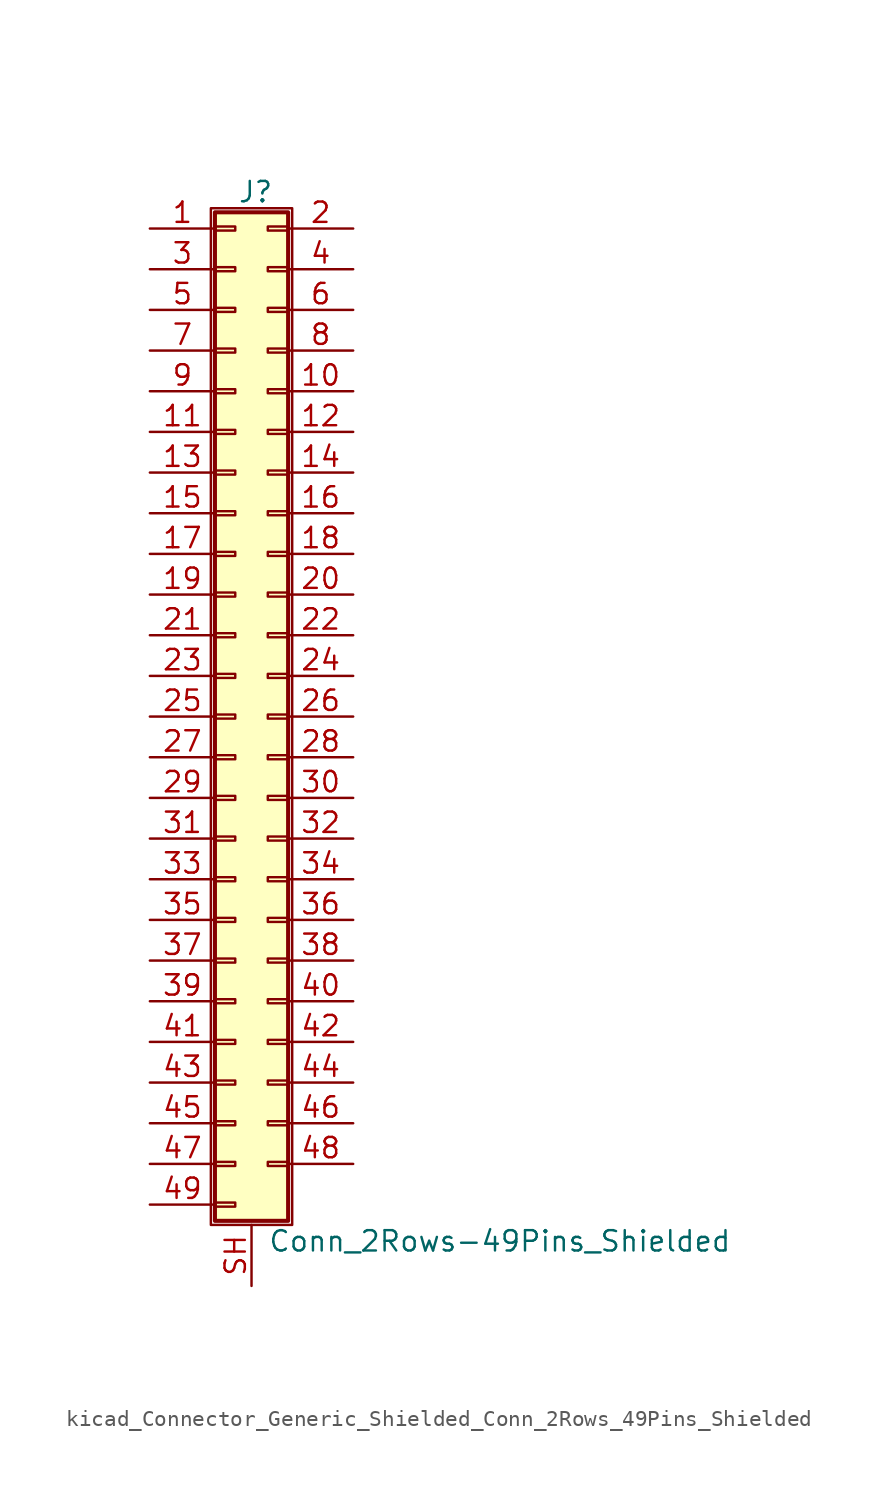
<source format=kicad_sym>
(kicad_symbol_lib
  (version 20220914)
  (generator kicad_symbol_editor)
  (symbol "kicad_Connector_Generic_Shielded_Conn_2Rows_49Pins_Shielded"
    (pin_names
      (offset 1.016) hide)
    (property "Reference" "J"
      (at 1.524 32.766 0)
      (effects (font (size 1.27 1.27))))
    (property "Value" "Conn_2Rows-49Pins_Shielded"
      (at 2.286 -32.766 0)
      (effects (font (size 1.27 1.27)) (justify left)))
    (symbol "kicad_Connector_Generic_Shielded_Conn_2Rows_49Pins_Shielded_1_1"
      (rectangle (start -1.27 31.75) (end 3.81 -31.75) (stroke (width 0.152) (type default)) (fill (type none)))
      (rectangle (start -1.016 -30.353) (end 0.254 -30.607) (stroke (width 0.152) (type default)) (fill (type none)))
      (rectangle (start -1.016 -27.813) (end 0.254 -28.067) (stroke (width 0.152) (type default)) (fill (type none)))
      (rectangle (start -1.016 -25.273) (end 0.254 -25.527) (stroke (width 0.152) (type default)) (fill (type none)))
      (rectangle (start -1.016 -22.733) (end 0.254 -22.987) (stroke (width 0.152) (type default)) (fill (type none)))
      (rectangle (start -1.016 -20.193) (end 0.254 -20.447) (stroke (width 0.152) (type default)) (fill (type none)))
      (rectangle (start -1.016 -17.653) (end 0.254 -17.907) (stroke (width 0.152) (type default)) (fill (type none)))
      (rectangle (start -1.016 -15.113) (end 0.254 -15.367) (stroke (width 0.152) (type default)) (fill (type none)))
      (rectangle (start -1.016 -12.573) (end 0.254 -12.827) (stroke (width 0.152) (type default)) (fill (type none)))
      (rectangle (start -1.016 -10.033) (end 0.254 -10.287) (stroke (width 0.152) (type default)) (fill (type none)))
      (rectangle (start -1.016 -7.493) (end 0.254 -7.747) (stroke (width 0.152) (type default)) (fill (type none)))
      (rectangle (start -1.016 -4.953) (end 0.254 -5.207) (stroke (width 0.152) (type default)) (fill (type none)))
      (rectangle (start -1.016 -2.413) (end 0.254 -2.667) (stroke (width 0.152) (type default)) (fill (type none)))
      (rectangle (start -1.016 0.127) (end 0.254 -0.127) (stroke (width 0.152) (type default)) (fill (type none)))
      (rectangle (start -1.016 2.667) (end 0.254 2.413) (stroke (width 0.152) (type default)) (fill (type none)))
      (rectangle (start -1.016 5.207) (end 0.254 4.953) (stroke (width 0.152) (type default)) (fill (type none)))
      (rectangle (start -1.016 7.747) (end 0.254 7.493) (stroke (width 0.152) (type default)) (fill (type none)))
      (rectangle (start -1.016 10.287) (end 0.254 10.033) (stroke (width 0.152) (type default)) (fill (type none)))
      (rectangle (start -1.016 12.827) (end 0.254 12.573) (stroke (width 0.152) (type default)) (fill (type none)))
      (rectangle (start -1.016 15.367) (end 0.254 15.113) (stroke (width 0.152) (type default)) (fill (type none)))
      (rectangle (start -1.016 17.907) (end 0.254 17.653) (stroke (width 0.152) (type default)) (fill (type none)))
      (rectangle (start -1.016 20.447) (end 0.254 20.193) (stroke (width 0.152) (type default)) (fill (type none)))
      (rectangle (start -1.016 22.987) (end 0.254 22.733) (stroke (width 0.152) (type default)) (fill (type none)))
      (rectangle (start -1.016 25.527) (end 0.254 25.273) (stroke (width 0.152) (type default)) (fill (type none)))
      (rectangle (start -1.016 28.067) (end 0.254 27.813) (stroke (width 0.152) (type default)) (fill (type none)))
      (rectangle (start -1.016 30.607) (end 0.254 30.353) (stroke (width 0.152) (type default)) (fill (type none)))
      (rectangle (start -1.016 31.496) (end 3.556 -31.496) (stroke (width 0.254) (type default)) (fill (type background)))
      (rectangle (start 3.556 -27.813) (end 2.286 -28.067) (stroke (width 0.152) (type default)) (fill (type none)))
      (rectangle (start 3.556 -25.273) (end 2.286 -25.527) (stroke (width 0.152) (type default)) (fill (type none)))
      (rectangle (start 3.556 -22.733) (end 2.286 -22.987) (stroke (width 0.152) (type default)) (fill (type none)))
      (rectangle (start 3.556 -20.193) (end 2.286 -20.447) (stroke (width 0.152) (type default)) (fill (type none)))
      (rectangle (start 3.556 -17.653) (end 2.286 -17.907) (stroke (width 0.152) (type default)) (fill (type none)))
      (rectangle (start 3.556 -15.113) (end 2.286 -15.367) (stroke (width 0.152) (type default)) (fill (type none)))
      (rectangle (start 3.556 -12.573) (end 2.286 -12.827) (stroke (width 0.152) (type default)) (fill (type none)))
      (rectangle (start 3.556 -10.033) (end 2.286 -10.287) (stroke (width 0.152) (type default)) (fill (type none)))
      (rectangle (start 3.556 -7.493) (end 2.286 -7.747) (stroke (width 0.152) (type default)) (fill (type none)))
      (rectangle (start 3.556 -4.953) (end 2.286 -5.207) (stroke (width 0.152) (type default)) (fill (type none)))
      (rectangle (start 3.556 -2.413) (end 2.286 -2.667) (stroke (width 0.152) (type default)) (fill (type none)))
      (rectangle (start 3.556 0.127) (end 2.286 -0.127) (stroke (width 0.152) (type default)) (fill (type none)))
      (rectangle (start 3.556 2.667) (end 2.286 2.413) (stroke (width 0.152) (type default)) (fill (type none)))
      (rectangle (start 3.556 5.207) (end 2.286 4.953) (stroke (width 0.152) (type default)) (fill (type none)))
      (rectangle (start 3.556 7.747) (end 2.286 7.493) (stroke (width 0.152) (type default)) (fill (type none)))
      (rectangle (start 3.556 10.287) (end 2.286 10.033) (stroke (width 0.152) (type default)) (fill (type none)))
      (rectangle (start 3.556 12.827) (end 2.286 12.573) (stroke (width 0.152) (type default)) (fill (type none)))
      (rectangle (start 3.556 15.367) (end 2.286 15.113) (stroke (width 0.152) (type default)) (fill (type none)))
      (rectangle (start 3.556 17.907) (end 2.286 17.653) (stroke (width 0.152) (type default)) (fill (type none)))
      (rectangle (start 3.556 20.447) (end 2.286 20.193) (stroke (width 0.152) (type default)) (fill (type none)))
      (rectangle (start 3.556 22.987) (end 2.286 22.733) (stroke (width 0.152) (type default)) (fill (type none)))
      (rectangle (start 3.556 25.527) (end 2.286 25.273) (stroke (width 0.152) (type default)) (fill (type none)))
      (rectangle (start 3.556 28.067) (end 2.286 27.813) (stroke (width 0.152) (type default)) (fill (type none)))
      (rectangle (start 3.556 30.607) (end 2.286 30.353) (stroke (width 0.152) (type default)) (fill (type none)))
      (pin passive line (at -5.08 30.48 0) (length 4.064) (name "Pin_1" (effects (font (size 1.27 1.27)))) (number "1" (effects (font (size 1.27 1.27)))))
      (pin passive line (at 7.62 20.32 180) (length 4.064) (name "Pin_10" (effects (font (size 1.27 1.27)))) (number "10" (effects (font (size 1.27 1.27)))))
      (pin passive line (at -5.08 17.78 0) (length 4.064) (name "Pin_11" (effects (font (size 1.27 1.27)))) (number "11" (effects (font (size 1.27 1.27)))))
      (pin passive line (at 7.62 17.78 180) (length 4.064) (name "Pin_12" (effects (font (size 1.27 1.27)))) (number "12" (effects (font (size 1.27 1.27)))))
      (pin passive line (at -5.08 15.24 0) (length 4.064) (name "Pin_13" (effects (font (size 1.27 1.27)))) (number "13" (effects (font (size 1.27 1.27)))))
      (pin passive line (at 7.62 15.24 180) (length 4.064) (name "Pin_14" (effects (font (size 1.27 1.27)))) (number "14" (effects (font (size 1.27 1.27)))))
      (pin passive line (at -5.08 12.7 0) (length 4.064) (name "Pin_15" (effects (font (size 1.27 1.27)))) (number "15" (effects (font (size 1.27 1.27)))))
      (pin passive line (at 7.62 12.7 180) (length 4.064) (name "Pin_16" (effects (font (size 1.27 1.27)))) (number "16" (effects (font (size 1.27 1.27)))))
      (pin passive line (at -5.08 10.16 0) (length 4.064) (name "Pin_17" (effects (font (size 1.27 1.27)))) (number "17" (effects (font (size 1.27 1.27)))))
      (pin passive line (at 7.62 10.16 180) (length 4.064) (name "Pin_18" (effects (font (size 1.27 1.27)))) (number "18" (effects (font (size 1.27 1.27)))))
      (pin passive line (at -5.08 7.62 0) (length 4.064) (name "Pin_19" (effects (font (size 1.27 1.27)))) (number "19" (effects (font (size 1.27 1.27)))))
      (pin passive line (at 7.62 30.48 180) (length 4.064) (name "Pin_2" (effects (font (size 1.27 1.27)))) (number "2" (effects (font (size 1.27 1.27)))))
      (pin passive line (at 7.62 7.62 180) (length 4.064) (name "Pin_20" (effects (font (size 1.27 1.27)))) (number "20" (effects (font (size 1.27 1.27)))))
      (pin passive line (at -5.08 5.08 0) (length 4.064) (name "Pin_21" (effects (font (size 1.27 1.27)))) (number "21" (effects (font (size 1.27 1.27)))))
      (pin passive line (at 7.62 5.08 180) (length 4.064) (name "Pin_22" (effects (font (size 1.27 1.27)))) (number "22" (effects (font (size 1.27 1.27)))))
      (pin passive line (at -5.08 2.54 0) (length 4.064) (name "Pin_23" (effects (font (size 1.27 1.27)))) (number "23" (effects (font (size 1.27 1.27)))))
      (pin passive line (at 7.62 2.54 180) (length 4.064) (name "Pin_24" (effects (font (size 1.27 1.27)))) (number "24" (effects (font (size 1.27 1.27)))))
      (pin passive line (at -5.08 0 0) (length 4.064) (name "Pin_25" (effects (font (size 1.27 1.27)))) (number "25" (effects (font (size 1.27 1.27)))))
      (pin passive line (at 7.62 0 180) (length 4.064) (name "Pin_26" (effects (font (size 1.27 1.27)))) (number "26" (effects (font (size 1.27 1.27)))))
      (pin passive line (at -5.08 -2.54 0) (length 4.064) (name "Pin_27" (effects (font (size 1.27 1.27)))) (number "27" (effects (font (size 1.27 1.27)))))
      (pin passive line (at 7.62 -2.54 180) (length 4.064) (name "Pin_28" (effects (font (size 1.27 1.27)))) (number "28" (effects (font (size 1.27 1.27)))))
      (pin passive line (at -5.08 -5.08 0) (length 4.064) (name "Pin_29" (effects (font (size 1.27 1.27)))) (number "29" (effects (font (size 1.27 1.27)))))
      (pin passive line (at -5.08 27.94 0) (length 4.064) (name "Pin_3" (effects (font (size 1.27 1.27)))) (number "3" (effects (font (size 1.27 1.27)))))
      (pin passive line (at 7.62 -5.08 180) (length 4.064) (name "Pin_30" (effects (font (size 1.27 1.27)))) (number "30" (effects (font (size 1.27 1.27)))))
      (pin passive line (at -5.08 -7.62 0) (length 4.064) (name "Pin_31" (effects (font (size 1.27 1.27)))) (number "31" (effects (font (size 1.27 1.27)))))
      (pin passive line (at 7.62 -7.62 180) (length 4.064) (name "Pin_32" (effects (font (size 1.27 1.27)))) (number "32" (effects (font (size 1.27 1.27)))))
      (pin passive line (at -5.08 -10.16 0) (length 4.064) (name "Pin_33" (effects (font (size 1.27 1.27)))) (number "33" (effects (font (size 1.27 1.27)))))
      (pin passive line (at 7.62 -10.16 180) (length 4.064) (name "Pin_34" (effects (font (size 1.27 1.27)))) (number "34" (effects (font (size 1.27 1.27)))))
      (pin passive line (at -5.08 -12.7 0) (length 4.064) (name "Pin_35" (effects (font (size 1.27 1.27)))) (number "35" (effects (font (size 1.27 1.27)))))
      (pin passive line (at 7.62 -12.7 180) (length 4.064) (name "Pin_36" (effects (font (size 1.27 1.27)))) (number "36" (effects (font (size 1.27 1.27)))))
      (pin passive line (at -5.08 -15.24 0) (length 4.064) (name "Pin_37" (effects (font (size 1.27 1.27)))) (number "37" (effects (font (size 1.27 1.27)))))
      (pin passive line (at 7.62 -15.24 180) (length 4.064) (name "Pin_38" (effects (font (size 1.27 1.27)))) (number "38" (effects (font (size 1.27 1.27)))))
      (pin passive line (at -5.08 -17.78 0) (length 4.064) (name "Pin_39" (effects (font (size 1.27 1.27)))) (number "39" (effects (font (size 1.27 1.27)))))
      (pin passive line (at 7.62 27.94 180) (length 4.064) (name "Pin_4" (effects (font (size 1.27 1.27)))) (number "4" (effects (font (size 1.27 1.27)))))
      (pin passive line (at 7.62 -17.78 180) (length 4.064) (name "Pin_40" (effects (font (size 1.27 1.27)))) (number "40" (effects (font (size 1.27 1.27)))))
      (pin passive line (at -5.08 -20.32 0) (length 4.064) (name "Pin_41" (effects (font (size 1.27 1.27)))) (number "41" (effects (font (size 1.27 1.27)))))
      (pin passive line (at 7.62 -20.32 180) (length 4.064) (name "Pin_42" (effects (font (size 1.27 1.27)))) (number "42" (effects (font (size 1.27 1.27)))))
      (pin passive line (at -5.08 -22.86 0) (length 4.064) (name "Pin_43" (effects (font (size 1.27 1.27)))) (number "43" (effects (font (size 1.27 1.27)))))
      (pin passive line (at 7.62 -22.86 180) (length 4.064) (name "Pin_44" (effects (font (size 1.27 1.27)))) (number "44" (effects (font (size 1.27 1.27)))))
      (pin passive line (at -5.08 -25.4 0) (length 4.064) (name "Pin_45" (effects (font (size 1.27 1.27)))) (number "45" (effects (font (size 1.27 1.27)))))
      (pin passive line (at 7.62 -25.4 180) (length 4.064) (name "Pin_46" (effects (font (size 1.27 1.27)))) (number "46" (effects (font (size 1.27 1.27)))))
      (pin passive line (at -5.08 -27.94 0) (length 4.064) (name "Pin_47" (effects (font (size 1.27 1.27)))) (number "47" (effects (font (size 1.27 1.27)))))
      (pin passive line (at 7.62 -27.94 180) (length 4.064) (name "Pin_48" (effects (font (size 1.27 1.27)))) (number "48" (effects (font (size 1.27 1.27)))))
      (pin passive line (at -5.08 -30.48 0) (length 4.064) (name "Pin_49" (effects (font (size 1.27 1.27)))) (number "49" (effects (font (size 1.27 1.27)))))
      (pin passive line (at -5.08 25.4 0) (length 4.064) (name "Pin_5" (effects (font (size 1.27 1.27)))) (number "5" (effects (font (size 1.27 1.27)))))
      (pin passive line (at 7.62 25.4 180) (length 4.064) (name "Pin_6" (effects (font (size 1.27 1.27)))) (number "6" (effects (font (size 1.27 1.27)))))
      (pin passive line (at -5.08 22.86 0) (length 4.064) (name "Pin_7" (effects (font (size 1.27 1.27)))) (number "7" (effects (font (size 1.27 1.27)))))
      (pin passive line (at 7.62 22.86 180) (length 4.064) (name "Pin_8" (effects (font (size 1.27 1.27)))) (number "8" (effects (font (size 1.27 1.27)))))
      (pin passive line (at -5.08 20.32 0) (length 4.064) (name "Pin_9" (effects (font (size 1.27 1.27)))) (number "9" (effects (font (size 1.27 1.27)))))
      (pin passive line (at 1.27 -35.56 90) (length 3.81) (name "Shield" (effects (font (size 1.27 1.27)))) (number "SH" (effects (font (size 1.27 1.27))))))))
</source>
